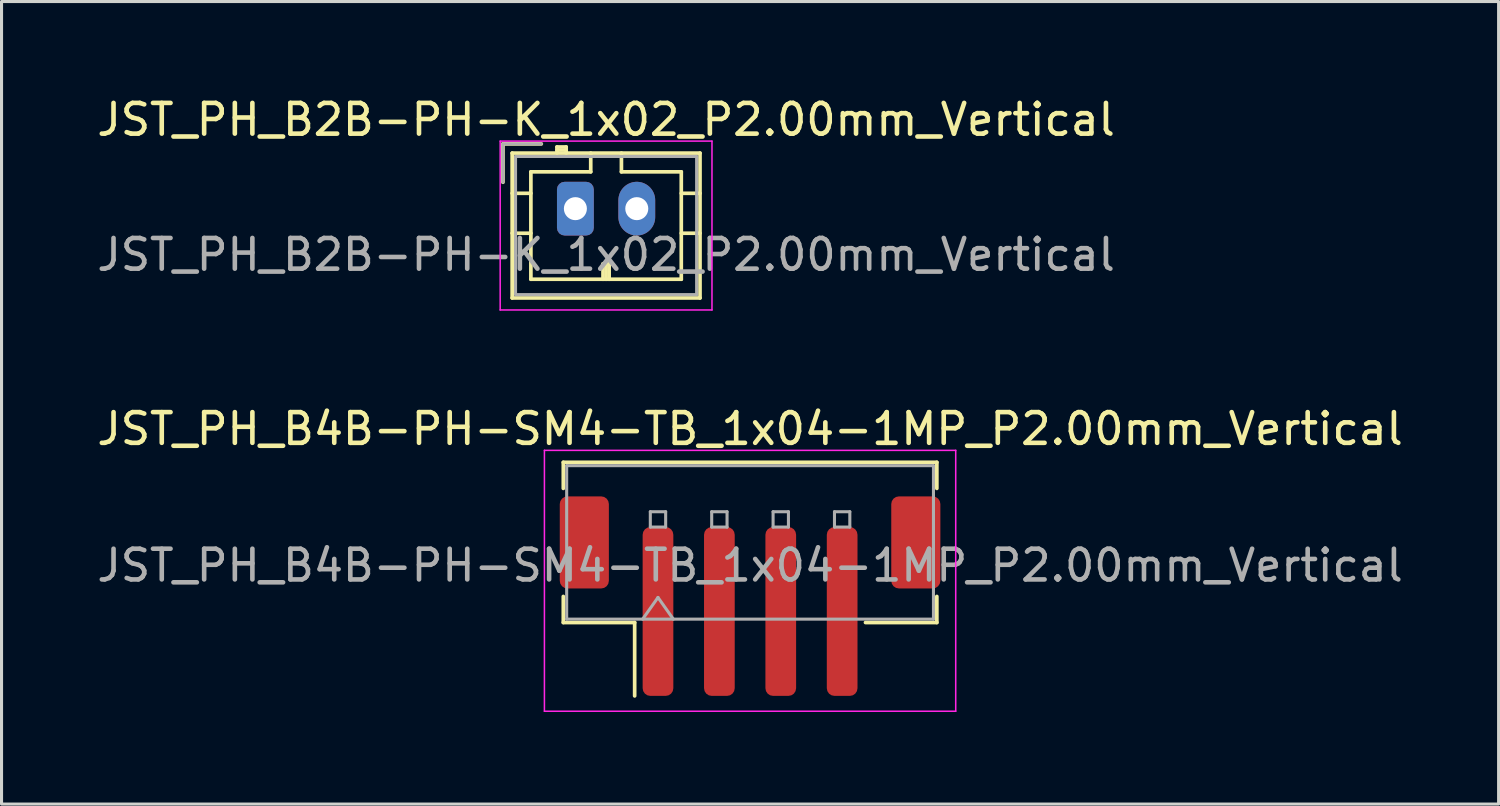
<source format=kicad_pcb>
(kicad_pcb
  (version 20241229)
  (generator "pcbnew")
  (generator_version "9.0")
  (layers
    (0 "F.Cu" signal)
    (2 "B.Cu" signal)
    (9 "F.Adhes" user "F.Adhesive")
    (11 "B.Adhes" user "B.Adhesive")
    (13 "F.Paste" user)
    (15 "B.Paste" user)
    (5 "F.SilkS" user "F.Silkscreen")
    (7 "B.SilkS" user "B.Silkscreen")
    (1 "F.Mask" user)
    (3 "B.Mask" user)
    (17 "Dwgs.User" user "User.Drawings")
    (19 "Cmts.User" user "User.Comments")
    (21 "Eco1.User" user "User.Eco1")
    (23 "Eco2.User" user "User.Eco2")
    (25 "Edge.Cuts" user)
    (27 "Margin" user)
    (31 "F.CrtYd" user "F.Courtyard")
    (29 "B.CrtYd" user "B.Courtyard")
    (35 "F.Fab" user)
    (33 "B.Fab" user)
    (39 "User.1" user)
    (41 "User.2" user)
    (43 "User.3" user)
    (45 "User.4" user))
  (footprint "JST_PH_B2B-PH-K_1x02_P2.00mm_Vertical"
    (layer "F.Cu")
    (at 15.696 3.748)
    (property "Reference" "JST_PH_B2B-PH-K_1x02_P2.00mm_Vertical" (at 1 -2.9 0) (layer "F.SilkS") (effects (font (size 1 1) (thickness 0.15))))
    (attr through_hole)
    (fp_line (start -2.36 -2.11) (end -2.36 -0.86) (stroke (width 0.12) (type solid)) (layer "F.SilkS"))
    (fp_line (start -2.06 -1.81) (end -2.06 2.91) (stroke (width 0.12) (type solid)) (layer "F.SilkS"))
    (fp_line (start -2.06 -0.5) (end -1.45 -0.5) (stroke (width 0.12) (type solid)) (layer "F.SilkS"))
    (fp_line (start -2.06 0.8) (end -1.45 0.8) (stroke (width 0.12) (type solid)) (layer "F.SilkS"))
    (fp_line (start -2.06 2.91) (end 4.06 2.91) (stroke (width 0.12) (type solid)) (layer "F.SilkS"))
    (fp_line (start -1.45 -1.2) (end -1.45 2.3) (stroke (width 0.12) (type solid)) (layer "F.SilkS"))
    (fp_line (start -1.45 2.3) (end 3.45 2.3) (stroke (width 0.12) (type solid)) (layer "F.SilkS"))
    (fp_line (start -1.11 -2.11) (end -2.36 -2.11) (stroke (width 0.12) (type solid)) (layer "F.SilkS"))
    (fp_line (start -0.6 -2.01) (end -0.6 -1.81) (stroke (width 0.12) (type solid)) (layer "F.SilkS"))
    (fp_line (start -0.3 -2.01) (end -0.6 -2.01) (stroke (width 0.12) (type solid)) (layer "F.SilkS"))
    (fp_line (start -0.3 -1.91) (end -0.6 -1.91) (stroke (width 0.12) (type solid)) (layer "F.SilkS"))
    (fp_line (start -0.3 -1.81) (end -0.3 -2.01) (stroke (width 0.12) (type solid)) (layer "F.SilkS"))
    (fp_line (start 0.5 -1.81) (end 0.5 -1.2) (stroke (width 0.12) (type solid)) (layer "F.SilkS"))
    (fp_line (start 0.5 -1.2) (end -1.45 -1.2) (stroke (width 0.12) (type solid)) (layer "F.SilkS"))
    (fp_line (start 0.9 1.8) (end 1.1 1.8) (stroke (width 0.12) (type solid)) (layer "F.SilkS"))
    (fp_line (start 0.9 2.3) (end 0.9 1.8) (stroke (width 0.12) (type solid)) (layer "F.SilkS"))
    (fp_line (start 1 2.3) (end 1 1.8) (stroke (width 0.12) (type solid)) (layer "F.SilkS"))
    (fp_line (start 1.1 1.8) (end 1.1 2.3) (stroke (width 0.12) (type solid)) (layer "F.SilkS"))
    (fp_line (start 1.5 -1.2) (end 1.5 -1.81) (stroke (width 0.12) (type solid)) (layer "F.SilkS"))
    (fp_line (start 3.45 -1.2) (end 1.5 -1.2) (stroke (width 0.12) (type solid)) (layer "F.SilkS"))
    (fp_line (start 3.45 2.3) (end 3.45 -1.2) (stroke (width 0.12) (type solid)) (layer "F.SilkS"))
    (fp_line (start 4.06 -1.81) (end -2.06 -1.81) (stroke (width 0.12) (type solid)) (layer "F.SilkS"))
    (fp_line (start 4.06 -0.5) (end 3.45 -0.5) (stroke (width 0.12) (type solid)) (layer "F.SilkS"))
    (fp_line (start 4.06 0.8) (end 3.45 0.8) (stroke (width 0.12) (type solid)) (layer "F.SilkS"))
    (fp_line (start 4.06 2.91) (end 4.06 -1.81) (stroke (width 0.12) (type solid)) (layer "F.SilkS"))
    (fp_line (start -2.45 -2.2) (end -2.45 3.3) (stroke (width 0.05) (type solid)) (layer "F.CrtYd"))
    (fp_line (start -2.45 3.3) (end 4.45 3.3) (stroke (width 0.05) (type solid)) (layer "F.CrtYd"))
    (fp_line (start 4.45 -2.2) (end -2.45 -2.2) (stroke (width 0.05) (type solid)) (layer "F.CrtYd"))
    (fp_line (start 4.45 3.3) (end 4.45 -2.2) (stroke (width 0.05) (type solid)) (layer "F.CrtYd"))
    (fp_line (start -2.36 -2.11) (end -2.36 -0.86) (stroke (width 0.1) (type solid)) (layer "F.Fab"))
    (fp_line (start -1.95 -1.7) (end -1.95 2.8) (stroke (width 0.1) (type solid)) (layer "F.Fab"))
    (fp_line (start -1.95 2.8) (end 3.95 2.8) (stroke (width 0.1) (type solid)) (layer "F.Fab"))
    (fp_line (start -1.11 -2.11) (end -2.36 -2.11) (stroke (width 0.1) (type solid)) (layer "F.Fab"))
    (fp_line (start 3.95 -1.7) (end -1.95 -1.7) (stroke (width 0.1) (type solid)) (layer "F.Fab"))
    (fp_line (start 3.95 2.8) (end 3.95 -1.7) (stroke (width 0.1) (type solid)) (layer "F.Fab"))
    (fp_text user "${REFERENCE}" (at 1 1.5 0) (layer "F.Fab") (effects (font (size 1 1) (thickness 0.15))))
    (pad "1" thru_hole roundrect (at 0 0) (size 1.2 1.75) (drill 0.75) (layers "*.Cu" "*.Mask") (roundrect_rratio 0.208))
    (pad "2" thru_hole oval (at 2 0) (size 1.2 1.75) (drill 0.75) (layers "*.Cu" "*.Mask")))
  (footprint "JST_PH_B4B-PH-SM4-TB_1x04-1MP_P2.00mm_Vertical"
    (layer "F.Cu")
    (at 21.387 16.372)
    (property "Reference" "JST_PH_B4B-PH-SM4-TB_1x04-1MP_P2.00mm_Vertical" (at 0 -5.45 0) (layer "F.SilkS") (effects (font (size 1 1) (thickness 0.15))))
    (attr smd)
    (fp_line (start -6.085 -4.36) (end 6.085 -4.36) (stroke (width 0.12) (type solid)) (layer "F.SilkS"))
    (fp_line (start -6.085 -3.51) (end -6.085 -4.36) (stroke (width 0.12) (type solid)) (layer "F.SilkS"))
    (fp_line (start -6.085 0.01) (end -6.085 0.86) (stroke (width 0.12) (type solid)) (layer "F.SilkS"))
    (fp_line (start -6.085 0.86) (end -3.76 0.86) (stroke (width 0.12) (type solid)) (layer "F.SilkS"))
    (fp_line (start -3.76 0.86) (end -3.76 3.25) (stroke (width 0.12) (type solid)) (layer "F.SilkS"))
    (fp_line (start 6.085 -4.36) (end 6.085 -3.51) (stroke (width 0.12) (type solid)) (layer "F.SilkS"))
    (fp_line (start 6.085 0.01) (end 6.085 0.86) (stroke (width 0.12) (type solid)) (layer "F.SilkS"))
    (fp_line (start 6.085 0.86) (end 3.76 0.86) (stroke (width 0.12) (type solid)) (layer "F.SilkS"))
    (fp_line (start -6.7 -4.75) (end -6.7 3.75) (stroke (width 0.05) (type solid)) (layer "F.CrtYd"))
    (fp_line (start -6.7 3.75) (end 6.7 3.75) (stroke (width 0.05) (type solid)) (layer "F.CrtYd"))
    (fp_line (start 6.7 -4.75) (end -6.7 -4.75) (stroke (width 0.05) (type solid)) (layer "F.CrtYd"))
    (fp_line (start 6.7 3.75) (end 6.7 -4.75) (stroke (width 0.05) (type solid)) (layer "F.CrtYd"))
    (fp_line (start -5.975 -4.25) (end 5.975 -4.25) (stroke (width 0.1) (type solid)) (layer "F.Fab"))
    (fp_line (start -5.975 0.75) (end -5.975 -4.25) (stroke (width 0.1) (type solid)) (layer "F.Fab"))
    (fp_line (start -5.975 0.75) (end 5.975 0.75) (stroke (width 0.1) (type solid)) (layer "F.Fab"))
    (fp_line (start -3.5 0.75) (end -3 0.043) (stroke (width 0.1) (type solid)) (layer "F.Fab"))
    (fp_line (start -3.25 -2.75) (end -3.25 -2.25) (stroke (width 0.1) (type solid)) (layer "F.Fab"))
    (fp_line (start -3.25 -2.25) (end -2.75 -2.25) (stroke (width 0.1) (type solid)) (layer "F.Fab"))
    (fp_line (start -3 0.043) (end -2.5 0.75) (stroke (width 0.1) (type solid)) (layer "F.Fab"))
    (fp_line (start -2.75 -2.75) (end -3.25 -2.75) (stroke (width 0.1) (type solid)) (layer "F.Fab"))
    (fp_line (start -2.75 -2.25) (end -2.75 -2.75) (stroke (width 0.1) (type solid)) (layer "F.Fab"))
    (fp_line (start -1.25 -2.75) (end -1.25 -2.25) (stroke (width 0.1) (type solid)) (layer "F.Fab"))
    (fp_line (start -1.25 -2.25) (end -0.75 -2.25) (stroke (width 0.1) (type solid)) (layer "F.Fab"))
    (fp_line (start -0.75 -2.75) (end -1.25 -2.75) (stroke (width 0.1) (type solid)) (layer "F.Fab"))
    (fp_line (start -0.75 -2.25) (end -0.75 -2.75) (stroke (width 0.1) (type solid)) (layer "F.Fab"))
    (fp_line (start 0.75 -2.75) (end 0.75 -2.25) (stroke (width 0.1) (type solid)) (layer "F.Fab"))
    (fp_line (start 0.75 -2.25) (end 1.25 -2.25) (stroke (width 0.1) (type solid)) (layer "F.Fab"))
    (fp_line (start 1.25 -2.75) (end 0.75 -2.75) (stroke (width 0.1) (type solid)) (layer "F.Fab"))
    (fp_line (start 1.25 -2.25) (end 1.25 -2.75) (stroke (width 0.1) (type solid)) (layer "F.Fab"))
    (fp_line (start 2.75 -2.75) (end 2.75 -2.25) (stroke (width 0.1) (type solid)) (layer "F.Fab"))
    (fp_line (start 2.75 -2.25) (end 3.25 -2.25) (stroke (width 0.1) (type solid)) (layer "F.Fab"))
    (fp_line (start 3.25 -2.75) (end 2.75 -2.75) (stroke (width 0.1) (type solid)) (layer "F.Fab"))
    (fp_line (start 3.25 -2.25) (end 3.25 -2.75) (stroke (width 0.1) (type solid)) (layer "F.Fab"))
    (fp_line (start 5.975 0.75) (end 5.975 -4.25) (stroke (width 0.1) (type solid)) (layer "F.Fab"))
    (fp_text user "${REFERENCE}" (at 0 -1 0) (layer "F.Fab") (effects (font (size 1 1) (thickness 0.15))))
    (pad "1" smd roundrect (at -3 0.5) (size 1 5.5) (layers "F.Cu" "F.Mask" "F.Paste") (roundrect_rratio 0.25))
    (pad "2" smd roundrect (at -1 0.5) (size 1 5.5) (layers "F.Cu" "F.Mask" "F.Paste") (roundrect_rratio 0.25))
    (pad "3" smd roundrect (at 1 0.5) (size 1 5.5) (layers "F.Cu" "F.Mask" "F.Paste") (roundrect_rratio 0.25))
    (pad "4" smd roundrect (at 3 0.5) (size 1 5.5) (layers "F.Cu" "F.Mask" "F.Paste") (roundrect_rratio 0.25))
    (pad "MP" smd roundrect (at -5.4 -1.75) (size 1.6 3) (layers "F.Cu" "F.Mask" "F.Paste") (roundrect_rratio 0.156))
    (pad "MP" smd roundrect (at 5.4 -1.75) (size 1.6 3) (layers "F.Cu" "F.Mask" "F.Paste") (roundrect_rratio 0.156)))
  (gr_rect
    (start -3 -3)
    (end 45.774 23.146)
    (stroke (width 0.1) (type default))
    (fill no)
    (layer "Edge.Cuts")))
</source>
